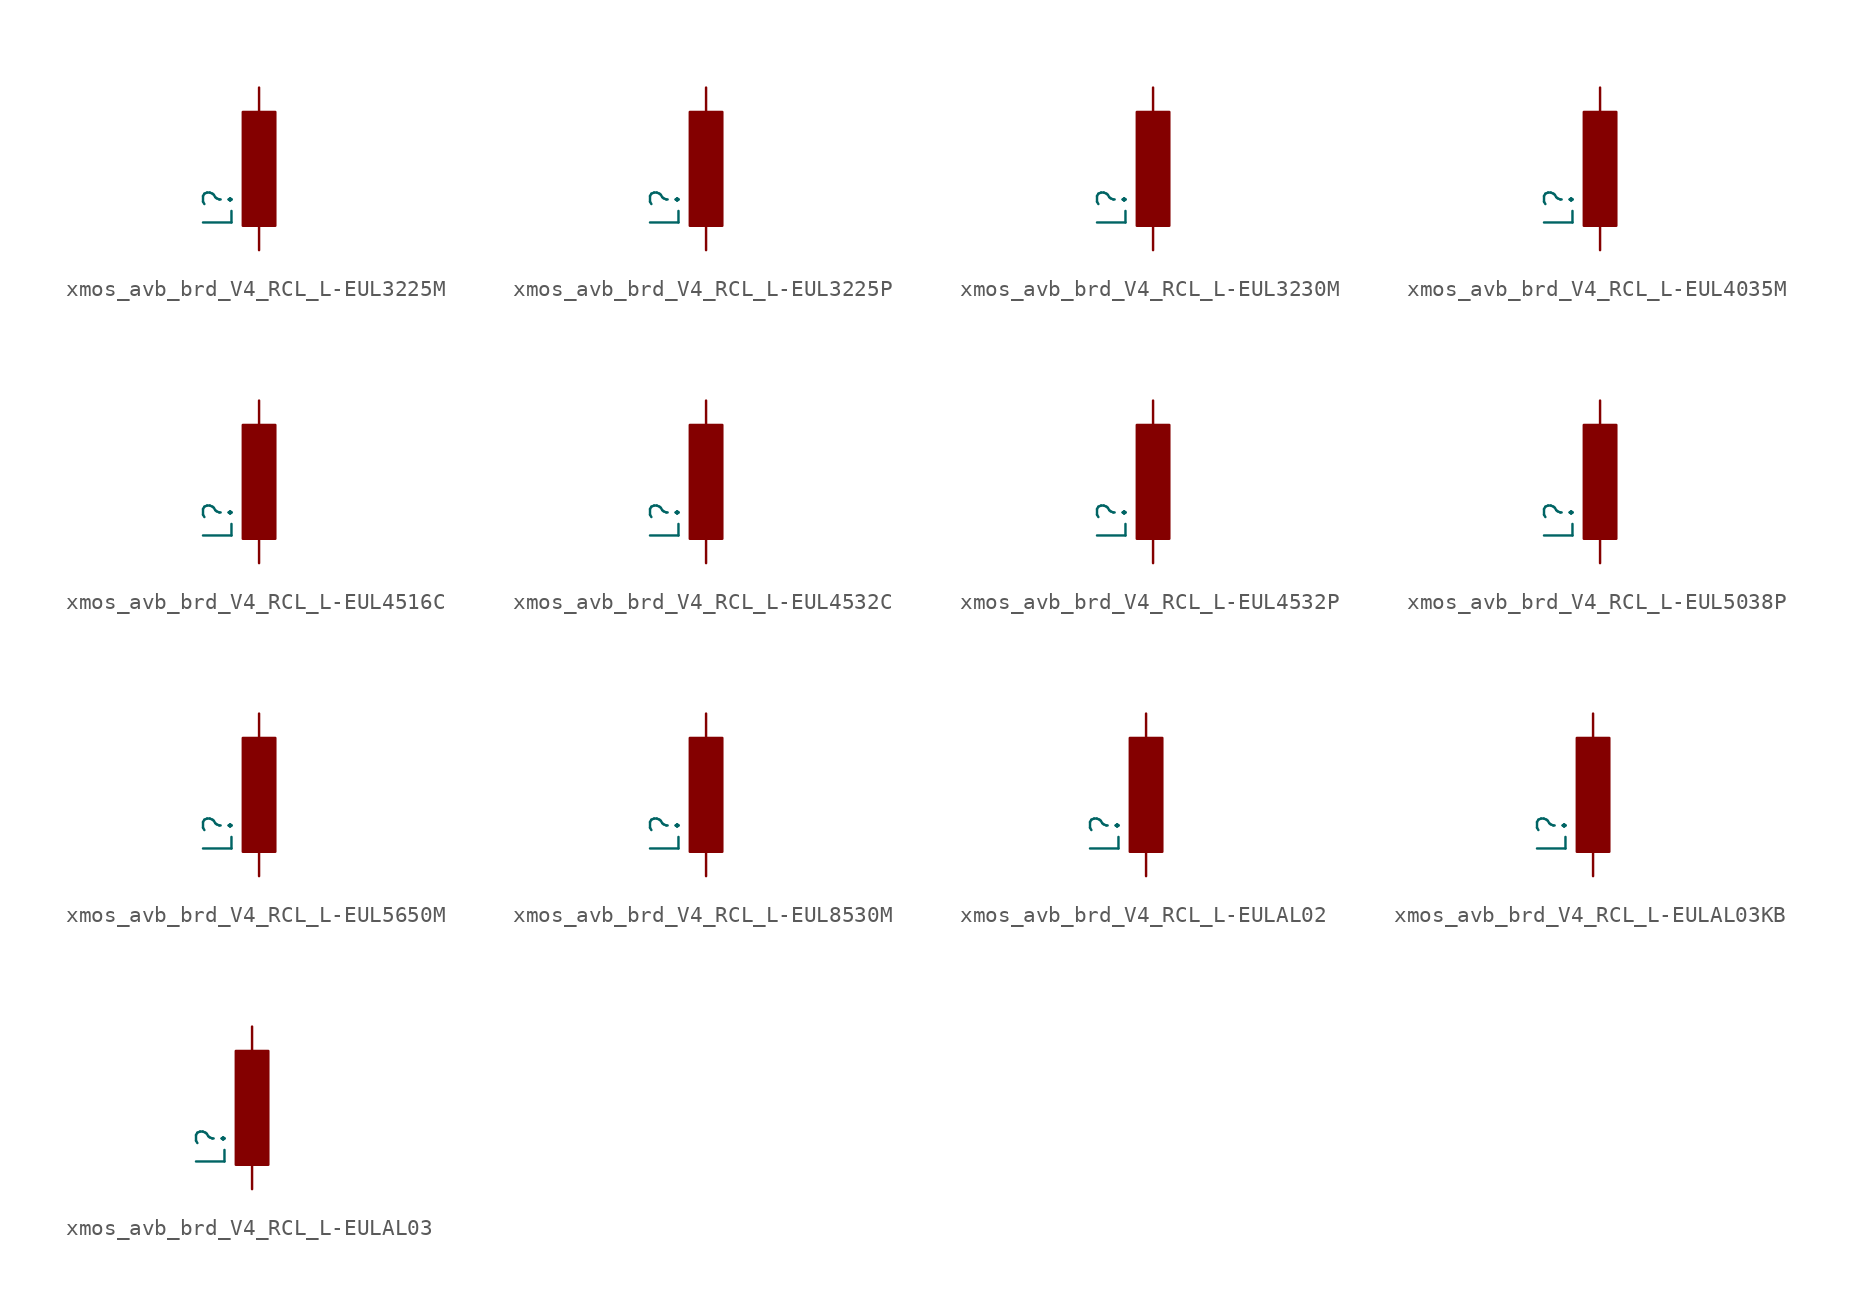
<source format=kicad_sym>
(kicad_symbol_lib
  (version 20241209)
  (generator "kicad_symbol_editor")
  (generator_version "9.0")
  (symbol "xmos_avb_brd_V4_RCL_L-EUL3225M"
    (property "Reference" "L"
      (at -1.499 -3.81 90)
      (effects (font (size 1.778 1.511)) (justify left bottom)))
    (property "Value" ""
      (at 3.302 -3.81 90)
      (effects (font (size 1.778 1.511)) (justify left bottom)))
    (property "ki_locked" ""
      (at 0 0 0)
      (effects (font (size 1.27 1.27))))
    (symbol "xmos_avb_brd_V4_RCL_L-EUL3225M_1_0"
      (rectangle (start -1.016 -3.556) (end 1.016 3.556) (stroke (width 0) (type default)) (fill (type outline)))
      (pin passive line (at 0 5.08 270) (length 2.54) (name "1" (effects (font (size 0 0)))) (number "1" (effects (font (size 0 0)))))
      (pin passive line (at 0 -5.08 90) (length 2.54) (name "2" (effects (font (size 0 0)))) (number "2" (effects (font (size 0 0)))))))
  (symbol "xmos_avb_brd_V4_RCL_L-EUL3225P"
    (property "Reference" "L"
      (at -1.499 -3.81 90)
      (effects (font (size 1.778 1.511)) (justify left bottom)))
    (property "Value" ""
      (at 3.302 -3.81 90)
      (effects (font (size 1.778 1.511)) (justify left bottom)))
    (property "ki_locked" ""
      (at 0 0 0)
      (effects (font (size 1.27 1.27))))
    (symbol "xmos_avb_brd_V4_RCL_L-EUL3225P_1_0"
      (rectangle (start -1.016 -3.556) (end 1.016 3.556) (stroke (width 0) (type default)) (fill (type outline)))
      (pin passive line (at 0 5.08 270) (length 2.54) (name "1" (effects (font (size 0 0)))) (number "1" (effects (font (size 0 0)))))
      (pin passive line (at 0 -5.08 90) (length 2.54) (name "2" (effects (font (size 0 0)))) (number "2" (effects (font (size 0 0)))))))
  (symbol "xmos_avb_brd_V4_RCL_L-EUL3230M"
    (property "Reference" "L"
      (at -1.499 -3.81 90)
      (effects (font (size 1.778 1.511)) (justify left bottom)))
    (property "Value" ""
      (at 3.302 -3.81 90)
      (effects (font (size 1.778 1.511)) (justify left bottom)))
    (property "ki_locked" ""
      (at 0 0 0)
      (effects (font (size 1.27 1.27))))
    (symbol "xmos_avb_brd_V4_RCL_L-EUL3230M_1_0"
      (rectangle (start -1.016 -3.556) (end 1.016 3.556) (stroke (width 0) (type default)) (fill (type outline)))
      (pin passive line (at 0 5.08 270) (length 2.54) (name "1" (effects (font (size 0 0)))) (number "1" (effects (font (size 0 0)))))
      (pin passive line (at 0 -5.08 90) (length 2.54) (name "2" (effects (font (size 0 0)))) (number "2" (effects (font (size 0 0)))))))
  (symbol "xmos_avb_brd_V4_RCL_L-EUL4035M"
    (property "Reference" "L"
      (at -1.499 -3.81 90)
      (effects (font (size 1.778 1.511)) (justify left bottom)))
    (property "Value" ""
      (at 3.302 -3.81 90)
      (effects (font (size 1.778 1.511)) (justify left bottom)))
    (property "ki_locked" ""
      (at 0 0 0)
      (effects (font (size 1.27 1.27))))
    (symbol "xmos_avb_brd_V4_RCL_L-EUL4035M_1_0"
      (rectangle (start -1.016 -3.556) (end 1.016 3.556) (stroke (width 0) (type default)) (fill (type outline)))
      (pin passive line (at 0 5.08 270) (length 2.54) (name "1" (effects (font (size 0 0)))) (number "1" (effects (font (size 0 0)))))
      (pin passive line (at 0 -5.08 90) (length 2.54) (name "2" (effects (font (size 0 0)))) (number "2" (effects (font (size 0 0)))))))
  (symbol "xmos_avb_brd_V4_RCL_L-EUL4516C"
    (property "Reference" "L"
      (at -1.499 -3.81 90)
      (effects (font (size 1.778 1.511)) (justify left bottom)))
    (property "Value" ""
      (at 3.302 -3.81 90)
      (effects (font (size 1.778 1.511)) (justify left bottom)))
    (property "ki_locked" ""
      (at 0 0 0)
      (effects (font (size 1.27 1.27))))
    (symbol "xmos_avb_brd_V4_RCL_L-EUL4516C_1_0"
      (rectangle (start -1.016 -3.556) (end 1.016 3.556) (stroke (width 0) (type default)) (fill (type outline)))
      (pin passive line (at 0 5.08 270) (length 2.54) (name "1" (effects (font (size 0 0)))) (number "1" (effects (font (size 0 0)))))
      (pin passive line (at 0 -5.08 90) (length 2.54) (name "2" (effects (font (size 0 0)))) (number "2" (effects (font (size 0 0)))))))
  (symbol "xmos_avb_brd_V4_RCL_L-EUL4532C"
    (property "Reference" "L"
      (at -1.499 -3.81 90)
      (effects (font (size 1.778 1.511)) (justify left bottom)))
    (property "Value" ""
      (at 3.302 -3.81 90)
      (effects (font (size 1.778 1.511)) (justify left bottom)))
    (property "ki_locked" ""
      (at 0 0 0)
      (effects (font (size 1.27 1.27))))
    (symbol "xmos_avb_brd_V4_RCL_L-EUL4532C_1_0"
      (rectangle (start -1.016 -3.556) (end 1.016 3.556) (stroke (width 0) (type default)) (fill (type outline)))
      (pin passive line (at 0 5.08 270) (length 2.54) (name "1" (effects (font (size 0 0)))) (number "1" (effects (font (size 0 0)))))
      (pin passive line (at 0 -5.08 90) (length 2.54) (name "2" (effects (font (size 0 0)))) (number "2" (effects (font (size 0 0)))))))
  (symbol "xmos_avb_brd_V4_RCL_L-EUL4532P"
    (property "Reference" "L"
      (at -1.499 -3.81 90)
      (effects (font (size 1.778 1.511)) (justify left bottom)))
    (property "Value" ""
      (at 3.302 -3.81 90)
      (effects (font (size 1.778 1.511)) (justify left bottom)))
    (property "ki_locked" ""
      (at 0 0 0)
      (effects (font (size 1.27 1.27))))
    (symbol "xmos_avb_brd_V4_RCL_L-EUL4532P_1_0"
      (rectangle (start -1.016 -3.556) (end 1.016 3.556) (stroke (width 0) (type default)) (fill (type outline)))
      (pin passive line (at 0 5.08 270) (length 2.54) (name "1" (effects (font (size 0 0)))) (number "1" (effects (font (size 0 0)))))
      (pin passive line (at 0 -5.08 90) (length 2.54) (name "2" (effects (font (size 0 0)))) (number "2" (effects (font (size 0 0)))))))
  (symbol "xmos_avb_brd_V4_RCL_L-EUL5038P"
    (property "Reference" "L"
      (at -1.499 -3.81 90)
      (effects (font (size 1.778 1.511)) (justify left bottom)))
    (property "Value" ""
      (at 3.302 -3.81 90)
      (effects (font (size 1.778 1.511)) (justify left bottom)))
    (property "ki_locked" ""
      (at 0 0 0)
      (effects (font (size 1.27 1.27))))
    (symbol "xmos_avb_brd_V4_RCL_L-EUL5038P_1_0"
      (rectangle (start -1.016 -3.556) (end 1.016 3.556) (stroke (width 0) (type default)) (fill (type outline)))
      (pin passive line (at 0 5.08 270) (length 2.54) (name "1" (effects (font (size 0 0)))) (number "1" (effects (font (size 0 0)))))
      (pin passive line (at 0 -5.08 90) (length 2.54) (name "2" (effects (font (size 0 0)))) (number "2" (effects (font (size 0 0)))))))
  (symbol "xmos_avb_brd_V4_RCL_L-EUL5650M"
    (property "Reference" "L"
      (at -1.499 -3.81 90)
      (effects (font (size 1.778 1.511)) (justify left bottom)))
    (property "Value" ""
      (at 3.302 -3.81 90)
      (effects (font (size 1.778 1.511)) (justify left bottom)))
    (property "ki_locked" ""
      (at 0 0 0)
      (effects (font (size 1.27 1.27))))
    (symbol "xmos_avb_brd_V4_RCL_L-EUL5650M_1_0"
      (rectangle (start -1.016 -3.556) (end 1.016 3.556) (stroke (width 0) (type default)) (fill (type outline)))
      (pin passive line (at 0 5.08 270) (length 2.54) (name "1" (effects (font (size 0 0)))) (number "1" (effects (font (size 0 0)))))
      (pin passive line (at 0 -5.08 90) (length 2.54) (name "2" (effects (font (size 0 0)))) (number "2" (effects (font (size 0 0)))))))
  (symbol "xmos_avb_brd_V4_RCL_L-EUL8530M"
    (property "Reference" "L"
      (at -1.499 -3.81 90)
      (effects (font (size 1.778 1.511)) (justify left bottom)))
    (property "Value" ""
      (at 3.302 -3.81 90)
      (effects (font (size 1.778 1.511)) (justify left bottom)))
    (property "ki_locked" ""
      (at 0 0 0)
      (effects (font (size 1.27 1.27))))
    (symbol "xmos_avb_brd_V4_RCL_L-EUL8530M_1_0"
      (rectangle (start -1.016 -3.556) (end 1.016 3.556) (stroke (width 0) (type default)) (fill (type outline)))
      (pin passive line (at 0 5.08 270) (length 2.54) (name "1" (effects (font (size 0 0)))) (number "1" (effects (font (size 0 0)))))
      (pin passive line (at 0 -5.08 90) (length 2.54) (name "2" (effects (font (size 0 0)))) (number "2" (effects (font (size 0 0)))))))
  (symbol "xmos_avb_brd_V4_RCL_L-EULAL02"
    (property "Reference" "L"
      (at -1.499 -3.81 90)
      (effects (font (size 1.778 1.511)) (justify left bottom)))
    (property "Value" ""
      (at 3.302 -3.81 90)
      (effects (font (size 1.778 1.511)) (justify left bottom)))
    (property "ki_locked" ""
      (at 0 0 0)
      (effects (font (size 1.27 1.27))))
    (symbol "xmos_avb_brd_V4_RCL_L-EULAL02_1_0"
      (rectangle (start -1.016 -3.556) (end 1.016 3.556) (stroke (width 0) (type default)) (fill (type outline)))
      (pin passive line (at 0 5.08 270) (length 2.54) (name "1" (effects (font (size 0 0)))) (number "1" (effects (font (size 0 0)))))
      (pin passive line (at 0 -5.08 90) (length 2.54) (name "2" (effects (font (size 0 0)))) (number "2" (effects (font (size 0 0)))))))
  (symbol "xmos_avb_brd_V4_RCL_L-EULAL03KB"
    (property "Reference" "L"
      (at -1.499 -3.81 90)
      (effects (font (size 1.778 1.511)) (justify left bottom)))
    (property "Value" ""
      (at 3.302 -3.81 90)
      (effects (font (size 1.778 1.511)) (justify left bottom)))
    (property "ki_locked" ""
      (at 0 0 0)
      (effects (font (size 1.27 1.27))))
    (symbol "xmos_avb_brd_V4_RCL_L-EULAL03KB_1_0"
      (rectangle (start -1.016 -3.556) (end 1.016 3.556) (stroke (width 0) (type default)) (fill (type outline)))
      (pin passive line (at 0 5.08 270) (length 2.54) (name "1" (effects (font (size 0 0)))) (number "1" (effects (font (size 0 0)))))
      (pin passive line (at 0 -5.08 90) (length 2.54) (name "2" (effects (font (size 0 0)))) (number "2" (effects (font (size 0 0)))))))
  (symbol "xmos_avb_brd_V4_RCL_L-EULAL03"
    (property "Reference" "L"
      (at -1.499 -3.81 90)
      (effects (font (size 1.778 1.511)) (justify left bottom)))
    (property "Value" ""
      (at 3.302 -3.81 90)
      (effects (font (size 1.778 1.511)) (justify left bottom)))
    (property "ki_locked" ""
      (at 0 0 0)
      (effects (font (size 1.27 1.27))))
    (symbol "xmos_avb_brd_V4_RCL_L-EULAL03_1_0"
      (rectangle (start -1.016 -3.556) (end 1.016 3.556) (stroke (width 0) (type default)) (fill (type outline)))
      (pin passive line (at 0 5.08 270) (length 2.54) (name "1" (effects (font (size 0 0)))) (number "1" (effects (font (size 0 0)))))
      (pin passive line (at 0 -5.08 90) (length 2.54) (name "2" (effects (font (size 0 0)))) (number "2" (effects (font (size 0 0))))))))
</source>
